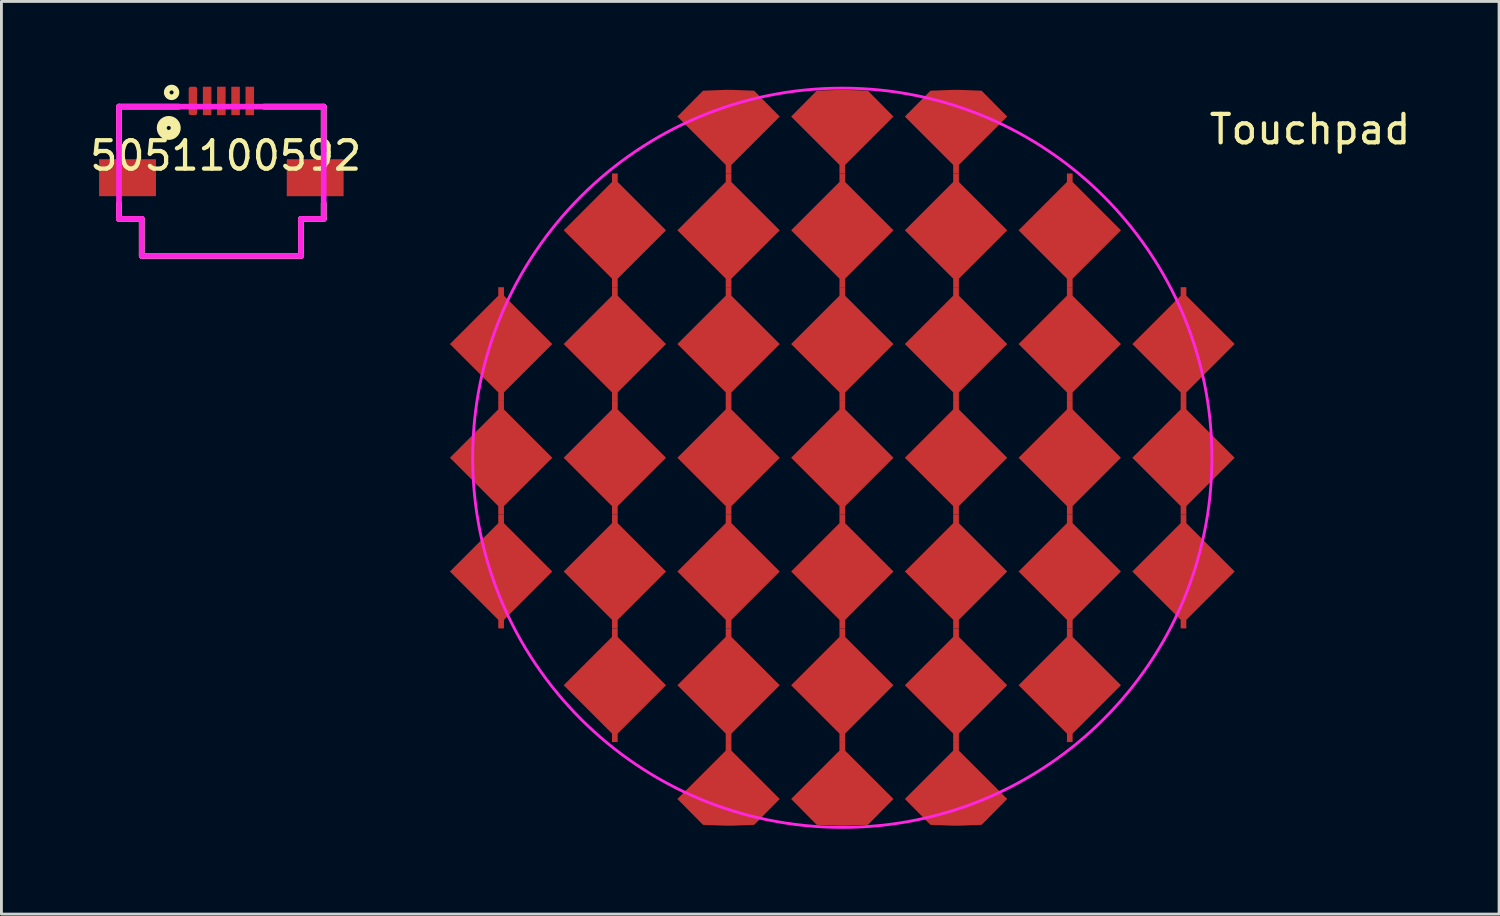
<source format=kicad_pcb>
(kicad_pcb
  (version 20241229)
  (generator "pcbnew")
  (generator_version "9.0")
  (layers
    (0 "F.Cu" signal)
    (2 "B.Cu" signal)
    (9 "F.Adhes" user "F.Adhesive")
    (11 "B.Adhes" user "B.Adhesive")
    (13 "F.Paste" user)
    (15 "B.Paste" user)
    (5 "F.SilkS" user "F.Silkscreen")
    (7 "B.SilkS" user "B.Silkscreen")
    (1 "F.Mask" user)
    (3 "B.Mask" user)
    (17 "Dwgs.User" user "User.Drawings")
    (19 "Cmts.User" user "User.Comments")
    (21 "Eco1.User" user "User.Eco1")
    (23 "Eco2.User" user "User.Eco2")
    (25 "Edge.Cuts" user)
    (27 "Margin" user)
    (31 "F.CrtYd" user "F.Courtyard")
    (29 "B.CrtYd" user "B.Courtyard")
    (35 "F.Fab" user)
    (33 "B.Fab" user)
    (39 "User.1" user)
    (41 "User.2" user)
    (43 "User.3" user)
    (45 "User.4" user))
  (footprint "Touchpad"
    (layer "F.Cu")
    (at 26.574 13.05)
    (property "Reference" "Touchpad" (at 16.45 -11.55 0) (layer "F.SilkS") (effects (font (size 1 1) (thickness 0.15))))
    (attr through_hole)
    (fp_circle (center 0 0) (end 13 0) (stroke (width 0.1) (type solid)) (fill no) (layer "F.CrtYd"))
    (pad "1" smd custom (at 0 -12) (size 1 1) (layers "F.Cu" "F.Mask" "F.Paste") (options (anchor rect)) (primitives (gr_poly (pts (xy 1.8 0) (xy 0.1 1.7) (xy 0.1 2) (xy -0.1 2) (xy -0.1 1.7) (xy -1.8 0) (xy -0.9 -0.91) (xy -0.1 -0.94) (xy 0.1 -0.94) (xy 0.9 -0.91)) (width 0) (fill yes))))
    (pad "1" smd custom (at 0 -8 180) (size 1 1) (layers "F.Cu" "F.Mask" "F.Paste") (options (anchor rect)) (primitives (gr_poly (pts (xy 1.8 0) (xy 0.1 1.7) (xy 0.1 2) (xy -0.1 2) (xy -0.1 1.7) (xy -1.8 0) (xy -0.1 -1.7) (xy -0.1 -2) (xy 0.1 -2) (xy 0.1 -1.7)) (width 0) (fill yes))))
    (pad "1" smd custom (at 0 -4 180) (size 1 1) (layers "F.Cu" "F.Mask" "F.Paste") (options (anchor rect)) (primitives (gr_poly (pts (xy 1.8 0) (xy 0.1 1.7) (xy 0.1 2) (xy -0.1 2) (xy -0.1 1.7) (xy -1.8 0) (xy -0.1 -1.7) (xy -0.1 -2) (xy 0.1 -2) (xy 0.1 -1.7)) (width 0) (fill yes))))
    (pad "1" smd custom (at 0 0 180) (size 1 1) (layers "F.Cu" "F.Mask" "F.Paste") (options (anchor rect)) (primitives (gr_poly (pts (xy 1.8 0) (xy 0.1 1.7) (xy 0.1 2) (xy -0.1 2) (xy -0.1 1.7) (xy -1.8 0) (xy -0.1 -1.7) (xy -0.1 -2) (xy 0.1 -2) (xy 0.1 -1.7)) (width 0) (fill yes))))
    (pad "1" smd custom (at 0 4 180) (size 1 1) (layers "F.Cu" "F.Mask" "F.Paste") (options (anchor rect)) (primitives (gr_poly (pts (xy 1.8 0) (xy 0.1 1.7) (xy 0.1 2) (xy -0.1 2) (xy -0.1 1.7) (xy -1.8 0) (xy -0.1 -1.7) (xy -0.1 -2) (xy 0.1 -2) (xy 0.1 -1.7)) (width 0) (fill yes))))
    (pad "1" smd custom (at 0 8 180) (size 1 1) (layers "F.Cu" "F.Mask" "F.Paste") (options (anchor rect)) (primitives (gr_poly (pts (xy 1.8 0) (xy 0.1 1.7) (xy 0.1 2) (xy -0.1 2) (xy -0.1 1.7) (xy -1.8 0) (xy -0.1 -1.7) (xy -0.1 -2) (xy 0.1 -2) (xy 0.1 -1.7)) (width 0) (fill yes))))
    (pad "1" smd custom (at 0 12 180) (size 1 1) (layers "F.Cu" "F.Mask" "F.Paste") (options (anchor rect)) (primitives (gr_poly (pts (xy 1.8 0) (xy 0.1 1.7) (xy 0.1 2) (xy -0.1 2) (xy -0.1 1.7) (xy -1.8 0) (xy -0.9 -0.91) (xy -0.1 -0.94) (xy 0.1 -0.94) (xy 0.9 -0.91)) (width 0) (fill yes))))
    (pad "21" smd custom (at -4 -12) (size 1 1) (layers "F.Cu" "F.Mask" "F.Paste") (options (anchor rect)) (primitives (gr_poly (pts (xy 1.8 0) (xy 0.1 1.7) (xy 0.1 2) (xy -0.1 2) (xy -0.1 1.7) (xy -1.8 0) (xy -0.9 -0.91) (xy -0.1 -0.94) (xy 0.1 -0.94) (xy 0.9 -0.91)) (width 0) (fill yes))))
    (pad "21" smd custom (at -4 -8 180) (size 1 1) (layers "F.Cu" "F.Mask" "F.Paste") (options (anchor rect)) (primitives (gr_poly (pts (xy 1.8 0) (xy 0.1 1.7) (xy 0.1 2) (xy -0.1 2) (xy -0.1 1.7) (xy -1.8 0) (xy -0.1 -1.7) (xy -0.1 -2) (xy 0.1 -2) (xy 0.1 -1.7)) (width 0) (fill yes))))
    (pad "21" smd custom (at -4 -4 180) (size 1 1) (layers "F.Cu" "F.Mask" "F.Paste") (options (anchor rect)) (primitives (gr_poly (pts (xy 1.8 0) (xy 0.1 1.7) (xy 0.1 2) (xy -0.1 2) (xy -0.1 1.7) (xy -1.8 0) (xy -0.1 -1.7) (xy -0.1 -2) (xy 0.1 -2) (xy 0.1 -1.7)) (width 0) (fill yes))))
    (pad "21" smd custom (at -4 0 180) (size 1 1) (layers "F.Cu" "F.Mask" "F.Paste") (options (anchor rect)) (primitives (gr_poly (pts (xy 1.8 0) (xy 0.1 1.7) (xy 0.1 2) (xy -0.1 2) (xy -0.1 1.7) (xy -1.8 0) (xy -0.1 -1.7) (xy -0.1 -2) (xy 0.1 -2) (xy 0.1 -1.7)) (width 0) (fill yes))))
    (pad "21" smd custom (at -4 4 180) (size 1 1) (layers "F.Cu" "F.Mask" "F.Paste") (options (anchor rect)) (primitives (gr_poly (pts (xy 1.8 0) (xy 0.1 1.7) (xy 0.1 2) (xy -0.1 2) (xy -0.1 1.7) (xy -1.8 0) (xy -0.1 -1.7) (xy -0.1 -2) (xy 0.1 -2) (xy 0.1 -1.7)) (width 0) (fill yes))))
    (pad "21" smd custom (at -4 8 180) (size 1 1) (layers "F.Cu" "F.Mask" "F.Paste") (options (anchor rect)) (primitives (gr_poly (pts (xy 1.8 0) (xy 0.1 1.7) (xy 0.1 2) (xy -0.1 2) (xy -0.1 1.7) (xy -1.8 0) (xy -0.1 -1.7) (xy -0.1 -2) (xy 0.1 -2) (xy 0.1 -1.7)) (width 0) (fill yes))))
    (pad "21" smd custom (at -4 12 180) (size 1 1) (layers "F.Cu" "F.Mask" "F.Paste") (options (anchor rect)) (primitives (gr_poly (pts (xy 1.8 0) (xy 0.1 1.7) (xy 0.1 2) (xy -0.1 2) (xy -0.1 1.7) (xy -1.8 0) (xy -0.9 -0.91) (xy -0.1 -0.94) (xy 0.1 -0.94) (xy 0.9 -0.91)) (width 0) (fill yes))))
    (pad "21" smd custom (at 4 -12) (size 1 1) (layers "F.Cu" "F.Mask" "F.Paste") (options (anchor rect)) (primitives (gr_poly (pts (xy 1.8 0) (xy 0.1 1.7) (xy 0.1 2) (xy -0.1 2) (xy -0.1 1.7) (xy -1.8 0) (xy -0.9 -0.91) (xy -0.1 -0.94) (xy 0.1 -0.94) (xy 0.9 -0.91)) (width 0) (fill yes))))
    (pad "21" smd custom (at 4 -8 180) (size 1 1) (layers "F.Cu" "F.Mask" "F.Paste") (options (anchor rect)) (primitives (gr_poly (pts (xy 1.8 0) (xy 0.1 1.7) (xy 0.1 2) (xy -0.1 2) (xy -0.1 1.7) (xy -1.8 0) (xy -0.1 -1.7) (xy -0.1 -2) (xy 0.1 -2) (xy 0.1 -1.7)) (width 0) (fill yes))))
    (pad "21" smd custom (at 4 -4 180) (size 1 1) (layers "F.Cu" "F.Mask" "F.Paste") (options (anchor rect)) (primitives (gr_poly (pts (xy 1.8 0) (xy 0.1 1.7) (xy 0.1 2) (xy -0.1 2) (xy -0.1 1.7) (xy -1.8 0) (xy -0.1 -1.7) (xy -0.1 -2) (xy 0.1 -2) (xy 0.1 -1.7)) (width 0) (fill yes))))
    (pad "21" smd custom (at 4 0 180) (size 1 1) (layers "F.Cu" "F.Mask" "F.Paste") (options (anchor rect)) (primitives (gr_poly (pts (xy 1.8 0) (xy 0.1 1.7) (xy 0.1 2) (xy -0.1 2) (xy -0.1 1.7) (xy -1.8 0) (xy -0.1 -1.7) (xy -0.1 -2) (xy 0.1 -2) (xy 0.1 -1.7)) (width 0) (fill yes))))
    (pad "21" smd custom (at 4 4 180) (size 1 1) (layers "F.Cu" "F.Mask" "F.Paste") (options (anchor rect)) (primitives (gr_poly (pts (xy 1.8 0) (xy 0.1 1.7) (xy 0.1 2) (xy -0.1 2) (xy -0.1 1.7) (xy -1.8 0) (xy -0.1 -1.7) (xy -0.1 -2) (xy 0.1 -2) (xy 0.1 -1.7)) (width 0) (fill yes))))
    (pad "21" smd custom (at 4 8 180) (size 1 1) (layers "F.Cu" "F.Mask" "F.Paste") (options (anchor rect)) (primitives (gr_poly (pts (xy 1.8 0) (xy 0.1 1.7) (xy 0.1 2) (xy -0.1 2) (xy -0.1 1.7) (xy -1.8 0) (xy -0.1 -1.7) (xy -0.1 -2) (xy 0.1 -2) (xy 0.1 -1.7)) (width 0) (fill yes))))
    (pad "21" smd custom (at 4 12 180) (size 1 1) (layers "F.Cu" "F.Mask" "F.Paste") (options (anchor rect)) (primitives (gr_poly (pts (xy 1.8 0) (xy 0.1 1.7) (xy 0.1 2) (xy -0.1 2) (xy -0.1 1.7) (xy -1.8 0) (xy -0.9 -0.91) (xy -0.1 -0.94) (xy 0.1 -0.94) (xy 0.9 -0.91)) (width 0) (fill yes))))
    (pad "31" smd custom (at -8 -8 180) (size 1 1) (layers "F.Cu" "F.Mask" "F.Paste") (options (anchor rect)) (primitives (gr_poly (pts (xy 1.8 0) (xy 0.1 1.7) (xy 0.1 2) (xy -0.1 2) (xy -0.1 1.7) (xy -1.8 0) (xy -0.1 -1.7) (xy -0.1 -2) (xy 0.1 -2) (xy 0.1 -1.7)) (width 0) (fill yes))))
    (pad "31" smd custom (at -8 -4 180) (size 1 1) (layers "F.Cu" "F.Mask" "F.Paste") (options (anchor rect)) (primitives (gr_poly (pts (xy 1.8 0) (xy 0.1 1.7) (xy 0.1 2) (xy -0.1 2) (xy -0.1 1.7) (xy -1.8 0) (xy -0.1 -1.7) (xy -0.1 -2) (xy 0.1 -2) (xy 0.1 -1.7)) (width 0) (fill yes))))
    (pad "31" smd custom (at -8 0 180) (size 1 1) (layers "F.Cu" "F.Mask" "F.Paste") (options (anchor rect)) (primitives (gr_poly (pts (xy 1.8 0) (xy 0.1 1.7) (xy 0.1 2) (xy -0.1 2) (xy -0.1 1.7) (xy -1.8 0) (xy -0.1 -1.7) (xy -0.1 -2) (xy 0.1 -2) (xy 0.1 -1.7)) (width 0) (fill yes))))
    (pad "31" smd custom (at -8 4 180) (size 1 1) (layers "F.Cu" "F.Mask" "F.Paste") (options (anchor rect)) (primitives (gr_poly (pts (xy 1.8 0) (xy 0.1 1.7) (xy 0.1 2) (xy -0.1 2) (xy -0.1 1.7) (xy -1.8 0) (xy -0.1 -1.7) (xy -0.1 -2) (xy 0.1 -2) (xy 0.1 -1.7)) (width 0) (fill yes))))
    (pad "31" smd custom (at -8 8 180) (size 1 1) (layers "F.Cu" "F.Mask" "F.Paste") (options (anchor rect)) (primitives (gr_poly (pts (xy 1.8 0) (xy 0.1 1.7) (xy 0.1 2) (xy -0.1 2) (xy -0.1 1.7) (xy -1.8 0) (xy -0.1 -1.7) (xy -0.1 -2) (xy 0.1 -2) (xy 0.1 -1.7)) (width 0) (fill yes))))
    (pad "31" smd custom (at 8 -8 180) (size 1 1) (layers "F.Cu" "F.Mask" "F.Paste") (options (anchor rect)) (primitives (gr_poly (pts (xy 1.8 0) (xy 0.1 1.7) (xy 0.1 2) (xy -0.1 2) (xy -0.1 1.7) (xy -1.8 0) (xy -0.1 -1.7) (xy -0.1 -2) (xy 0.1 -2) (xy 0.1 -1.7)) (width 0) (fill yes))))
    (pad "31" smd custom (at 8 -4 180) (size 1 1) (layers "F.Cu" "F.Mask" "F.Paste") (options (anchor rect)) (primitives (gr_poly (pts (xy 1.8 0) (xy 0.1 1.7) (xy 0.1 2) (xy -0.1 2) (xy -0.1 1.7) (xy -1.8 0) (xy -0.1 -1.7) (xy -0.1 -2) (xy 0.1 -2) (xy 0.1 -1.7)) (width 0) (fill yes))))
    (pad "31" smd custom (at 8 0 180) (size 1 1) (layers "F.Cu" "F.Mask" "F.Paste") (options (anchor rect)) (primitives (gr_poly (pts (xy 1.8 0) (xy 0.1 1.7) (xy 0.1 2) (xy -0.1 2) (xy -0.1 1.7) (xy -1.8 0) (xy -0.1 -1.7) (xy -0.1 -2) (xy 0.1 -2) (xy 0.1 -1.7)) (width 0) (fill yes))))
    (pad "31" smd custom (at 8 4 180) (size 1 1) (layers "F.Cu" "F.Mask" "F.Paste") (options (anchor rect)) (primitives (gr_poly (pts (xy 1.8 0) (xy 0.1 1.7) (xy 0.1 2) (xy -0.1 2) (xy -0.1 1.7) (xy -1.8 0) (xy -0.1 -1.7) (xy -0.1 -2) (xy 0.1 -2) (xy 0.1 -1.7)) (width 0) (fill yes))))
    (pad "31" smd custom (at 8 8 180) (size 1 1) (layers "F.Cu" "F.Mask" "F.Paste") (options (anchor rect)) (primitives (gr_poly (pts (xy 1.8 0) (xy 0.1 1.7) (xy 0.1 2) (xy -0.1 2) (xy -0.1 1.7) (xy -1.8 0) (xy -0.1 -1.7) (xy -0.1 -2) (xy 0.1 -2) (xy 0.1 -1.7)) (width 0) (fill yes))))
    (pad "41" smd custom (at -12 -4 180) (size 1 1) (layers "F.Cu" "F.Mask" "F.Paste") (options (anchor rect)) (primitives (gr_poly (pts (xy 1.8 0) (xy 0.1 1.7) (xy 0.1 2) (xy -0.1 2) (xy -0.1 1.7) (xy -1.8 0) (xy -0.1 -1.7) (xy -0.1 -2) (xy 0.1 -2) (xy 0.1 -1.7)) (width 0) (fill yes))))
    (pad "41" smd custom (at -12 0 180) (size 1 1) (layers "F.Cu" "F.Mask" "F.Paste") (options (anchor rect)) (primitives (gr_poly (pts (xy 1.8 0) (xy 0.1 1.7) (xy 0.1 2) (xy -0.1 2) (xy -0.1 1.7) (xy -1.8 0) (xy -0.1 -1.7) (xy -0.1 -2) (xy 0.1 -2) (xy 0.1 -1.7)) (width 0) (fill yes))))
    (pad "41" smd custom (at -12 4 180) (size 1 1) (layers "F.Cu" "F.Mask" "F.Paste") (options (anchor rect)) (primitives (gr_poly (pts (xy 1.8 0) (xy 0.1 1.7) (xy 0.1 2) (xy -0.1 2) (xy -0.1 1.7) (xy -1.8 0) (xy -0.1 -1.7) (xy -0.1 -2) (xy 0.1 -2) (xy 0.1 -1.7)) (width 0) (fill yes))))
    (pad "41" smd custom (at 12 -4 180) (size 1 1) (layers "F.Cu" "F.Mask" "F.Paste") (options (anchor rect)) (primitives (gr_poly (pts (xy 1.8 0) (xy 0.1 1.7) (xy 0.1 2) (xy -0.1 2) (xy -0.1 1.7) (xy -1.8 0) (xy -0.1 -1.7) (xy -0.1 -2) (xy 0.1 -2) (xy 0.1 -1.7)) (width 0) (fill yes))))
    (pad "41" smd custom (at 12 0 180) (size 1 1) (layers "F.Cu" "F.Mask" "F.Paste") (options (anchor rect)) (primitives (gr_poly (pts (xy 1.8 0) (xy 0.1 1.7) (xy 0.1 2) (xy -0.1 2) (xy -0.1 1.7) (xy -1.8 0) (xy -0.1 -1.7) (xy -0.1 -2) (xy 0.1 -2) (xy 0.1 -1.7)) (width 0) (fill yes))))
    (pad "41" smd custom (at 12 4 180) (size 1 1) (layers "F.Cu" "F.Mask" "F.Paste") (options (anchor rect)) (primitives (gr_poly (pts (xy 1.8 0) (xy 0.1 1.7) (xy 0.1 2) (xy -0.1 2) (xy -0.1 1.7) (xy -1.8 0) (xy -0.1 -1.7) (xy -0.1 -2) (xy 0.1 -2) (xy 0.1 -1.7)) (width 0) (fill yes)))))
  (footprint "5051100592"
    (layer "F.Cu")
    (at 4.735 0.5)
    (property "Reference" "5051100592" (at 0.152 1.925 0) (layer "F.SilkS") (effects (font (size 1 1) (thickness 0.15))))
    (attr through_hole)
    (fp_line (start -3.6 0.2) (end -3.6 1.7) (stroke (width 0.2) (type solid)) (layer "F.SilkS"))
    (fp_line (start -3.6 3.6) (end -3.6 4.15) (stroke (width 0.2) (type solid)) (layer "F.SilkS"))
    (fp_line (start -3.6 4.15) (end -2.8 4.15) (stroke (width 0.2) (type solid)) (layer "F.SilkS"))
    (fp_line (start -2.8 4.15) (end -2.8 5.45) (stroke (width 0.2) (type solid)) (layer "F.SilkS"))
    (fp_line (start -2.8 5.45) (end 2.8 5.45) (stroke (width 0.2) (type solid)) (layer "F.SilkS"))
    (fp_line (start -1.5 0.2) (end -3.6 0.2) (stroke (width 0.2) (type solid)) (layer "F.SilkS"))
    (fp_line (start 2.8 4.15) (end 3.6 4.15) (stroke (width 0.2) (type solid)) (layer "F.SilkS"))
    (fp_line (start 2.8 5.45) (end 2.8 4.15) (stroke (width 0.2) (type solid)) (layer "F.SilkS"))
    (fp_line (start 3.6 0.2) (end 1.5 0.2) (stroke (width 0.2) (type solid)) (layer "F.SilkS"))
    (fp_line (start 3.6 0.2) (end 3.6 1.7) (stroke (width 0.2) (type solid)) (layer "F.SilkS"))
    (fp_line (start 3.6 4.15) (end 3.6 3.6) (stroke (width 0.2) (type solid)) (layer "F.SilkS"))
    (fp_circle (center -1.85 0.95) (end -1.779 0.95) (stroke (width 0.35) (type solid)) (fill no) (layer "F.SilkS"))
    (fp_circle (center -1.75 -0.3) (end -1.7 -0.35) (stroke (width 0.2) (type solid)) (fill no) (layer "F.SilkS"))
    (fp_line (start -3.6 0.2) (end -3.6 4.15) (stroke (width 0.2) (type solid)) (layer "F.CrtYd"))
    (fp_line (start -3.6 0.2) (end 3.6 0.2) (stroke (width 0.2) (type solid)) (layer "F.CrtYd"))
    (fp_line (start -2.8 4.15) (end -3.6 4.15) (stroke (width 0.2) (type solid)) (layer "F.CrtYd"))
    (fp_line (start -2.8 5.45) (end -2.8 4.15) (stroke (width 0.2) (type solid)) (layer "F.CrtYd"))
    (fp_line (start -2.8 5.45) (end 2.8 5.45) (stroke (width 0.2) (type solid)) (layer "F.CrtYd"))
    (fp_line (start 2.8 4.15) (end 3.6 4.15) (stroke (width 0.2) (type solid)) (layer "F.CrtYd"))
    (fp_line (start 2.8 5.45) (end 2.8 4.15) (stroke (width 0.2) (type solid)) (layer "F.CrtYd"))
    (fp_line (start 3.6 0.2) (end 3.6 4.15) (stroke (width 0.2) (type solid)) (layer "F.CrtYd"))
    (pad "0" smd rect (at -3.3 2.7) (size 2 1.3) (layers "F.Cu" "F.Mask" "F.Paste"))
    (pad "0" smd rect (at 3.3 2.7) (size 2 1.3) (layers "F.Cu" "F.Mask" "F.Paste"))
    (pad "2" smd rect (at -0.5 0) (size 0.3 1) (layers "F.Cu" "F.Mask" "F.Paste"))
    (pad "3" smd rect (at 0 0) (size 0.3 1) (layers "F.Cu" "F.Mask" "F.Paste"))
    (pad "4" smd roundrect (at -1 0) (size 0.3 1) (layers "F.Cu" "F.Mask" "F.Paste") (roundrect_rratio 0.25))
    (pad "4" smd rect (at 0.5 0) (size 0.3 1) (layers "F.Cu" "F.Mask" "F.Paste"))
    (pad "5" smd rect (at 1 0) (size 0.3 1) (layers "F.Cu" "F.Mask" "F.Paste")))
  (gr_rect
    (start -3 -3)
    (end 49.673 29.1)
    (stroke (width 0.1) (type default))
    (fill no)
    (layer "Edge.Cuts")))
</source>
